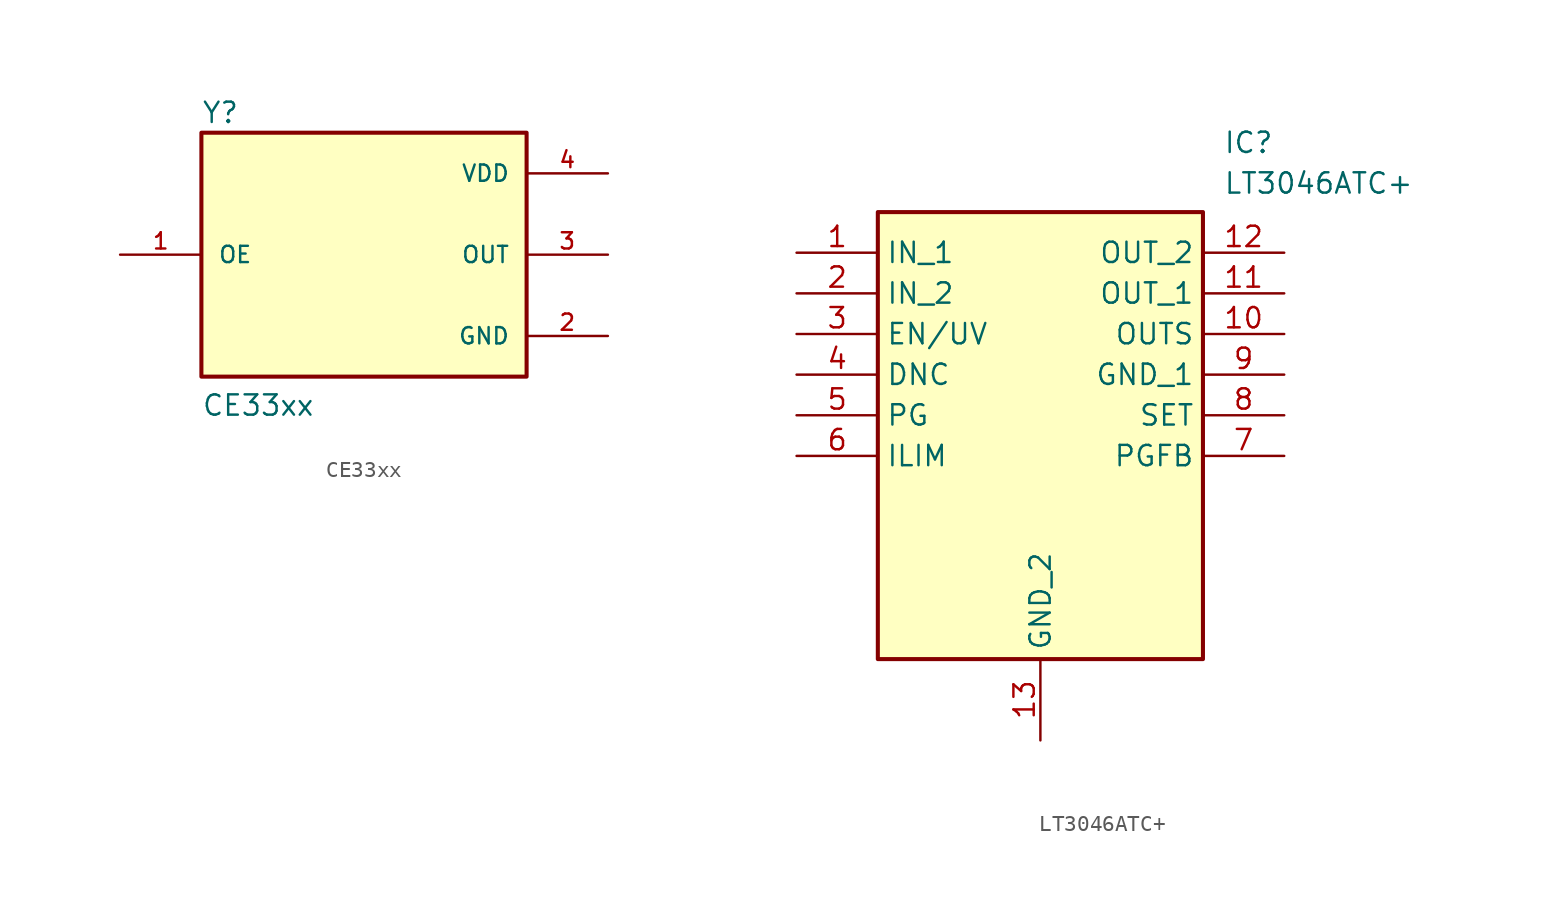
<source format=kicad_sym>
(kicad_symbol_lib
  (version 20241209)
  (generator "kicad_symbol_editor")
  (generator_version "9.0")
  (symbol "CE33xx"
    (pin_names
      (offset 1.016))
    (property "Reference" "Y"
      (at -10.16 8.128 0)
      (effects (font (size 1.27 1.27)) (justify left bottom)))
    (property "Value" "CE33xx"
      (at -10.16 -10.16 0)
      (effects (font (size 1.27 1.27)) (justify left bottom)))
    (symbol "CE33xx_0_0"
      (rectangle (start -10.16 -7.62) (end 10.16 7.62) (stroke (width 0.254) (type default)) (fill (type background)))
      (pin input line (at -15.24 0 0) (length 5.08) (name "OE" (effects (font (size 1.016 1.016)))) (number "1" (effects (font (size 1.016 1.016)))))
      (pin power_in line (at 15.24 5.08 180) (length 5.08) (name "VDD" (effects (font (size 1.016 1.016)))) (number "4" (effects (font (size 1.016 1.016)))))
      (pin output line (at 15.24 0 180) (length 5.08) (name "OUT" (effects (font (size 1.016 1.016)))) (number "3" (effects (font (size 1.016 1.016)))))
      (pin power_in line (at 15.24 -5.08 180) (length 5.08) (name "GND" (effects (font (size 1.016 1.016)))) (number "2" (effects (font (size 1.016 1.016)))))))
  (symbol "LT3046ATC+"
    (property "Reference" "IC"
      (at 26.67 7.62 0)
      (effects (font (size 1.27 1.27)) (justify left top)))
    (property "Value" "LT3046ATC+"
      (at 26.67 5.08 0)
      (effects (font (size 1.27 1.27)) (justify left top)))
    (symbol "LT3046ATC+_1_1"
      (rectangle (start 5.08 2.54) (end 25.4 -25.4) (stroke (width 0.254) (type default)) (fill (type background)))
      (pin power_in line (at 0 0 0) (length 5.08) (name "IN_1" (effects (font (size 1.27 1.27)))) (number "1" (effects (font (size 1.27 1.27)))))
      (pin power_in line (at 0 -2.54 0) (length 5.08) (name "IN_2" (effects (font (size 1.27 1.27)))) (number "2" (effects (font (size 1.27 1.27)))))
      (pin input line (at 0 -5.08 0) (length 5.08) (name "EN/UV" (effects (font (size 1.27 1.27)))) (number "3" (effects (font (size 1.27 1.27)))))
      (pin passive line (at 0 -7.62 0) (length 5.08) (name "DNC" (effects (font (size 1.27 1.27)))) (number "4" (effects (font (size 1.27 1.27)))))
      (pin passive line (at 0 -10.16 0) (length 5.08) (name "PG" (effects (font (size 1.27 1.27)))) (number "5" (effects (font (size 1.27 1.27)))))
      (pin passive line (at 0 -12.7 0) (length 5.08) (name "ILIM" (effects (font (size 1.27 1.27)))) (number "6" (effects (font (size 1.27 1.27)))))
      (pin power_in line (at 15.24 -30.48 90) (length 5.08) (name "GND_2" (effects (font (size 1.27 1.27)))) (number "13" (effects (font (size 1.27 1.27)))))
      (pin passive line (at 30.48 0 180) (length 5.08) (name "OUT_2" (effects (font (size 1.27 1.27)))) (number "12" (effects (font (size 1.27 1.27)))))
      (pin power_out line (at 30.48 -2.54 180) (length 5.08) (name "OUT_1" (effects (font (size 1.27 1.27)))) (number "11" (effects (font (size 1.27 1.27)))))
      (pin passive line (at 30.48 -5.08 180) (length 5.08) (name "OUTS" (effects (font (size 1.27 1.27)))) (number "10" (effects (font (size 1.27 1.27)))))
      (pin power_in line (at 30.48 -7.62 180) (length 5.08) (name "GND_1" (effects (font (size 1.27 1.27)))) (number "9" (effects (font (size 1.27 1.27)))))
      (pin input line (at 30.48 -10.16 180) (length 5.08) (name "SET" (effects (font (size 1.27 1.27)))) (number "8" (effects (font (size 1.27 1.27)))))
      (pin passive line (at 30.48 -12.7 180) (length 5.08) (name "PGFB" (effects (font (size 1.27 1.27)))) (number "7" (effects (font (size 1.27 1.27))))))))
</source>
